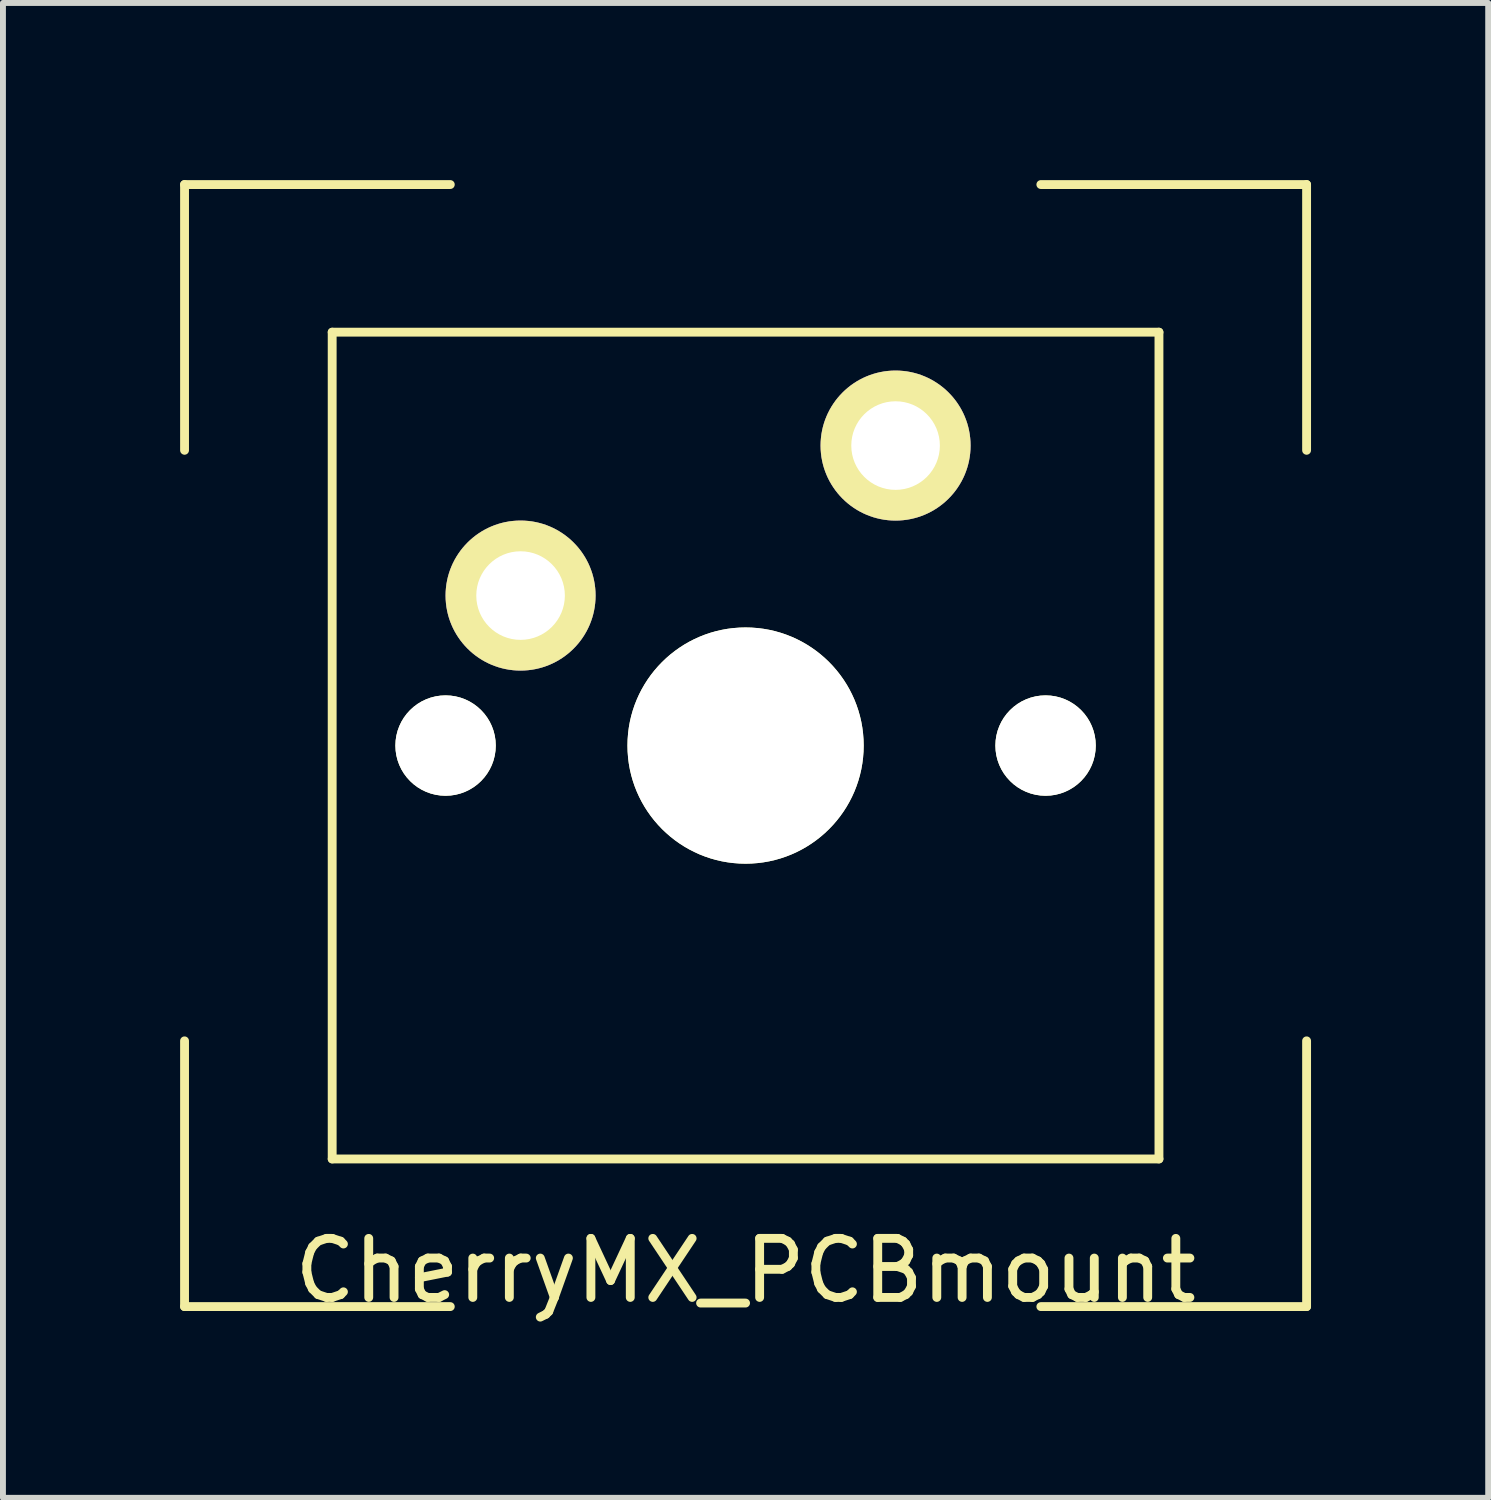
<source format=kicad_pcb>
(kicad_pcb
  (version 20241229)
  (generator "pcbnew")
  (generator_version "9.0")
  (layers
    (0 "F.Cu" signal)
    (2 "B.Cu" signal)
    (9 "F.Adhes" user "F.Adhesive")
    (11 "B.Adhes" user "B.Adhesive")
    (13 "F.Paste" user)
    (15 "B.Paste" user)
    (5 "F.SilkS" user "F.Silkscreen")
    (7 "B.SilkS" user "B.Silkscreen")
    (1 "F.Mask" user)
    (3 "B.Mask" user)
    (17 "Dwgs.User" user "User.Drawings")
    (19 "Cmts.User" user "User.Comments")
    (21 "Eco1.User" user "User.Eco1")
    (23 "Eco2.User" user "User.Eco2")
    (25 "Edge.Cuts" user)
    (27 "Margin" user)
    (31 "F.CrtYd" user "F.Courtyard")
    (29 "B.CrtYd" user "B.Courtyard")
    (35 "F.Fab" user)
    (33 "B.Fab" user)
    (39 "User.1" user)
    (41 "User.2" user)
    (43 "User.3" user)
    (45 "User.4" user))
  (footprint "CherryMX_PCBmount"
    (layer "F.Cu")
    (at 9.575 9.575)
    (property "Reference" "CherryMX_PCBmount" (at 0 8.89 0) (layer "F.SilkS") (effects (font (size 1 1) (thickness 0.15))))
    (attr through_hole)
    (fp_line (start -9.5 -9.5) (end -9.5 -5) (stroke (width 0.15) (type solid)) (layer "F.SilkS"))
    (fp_line (start -9.5 -9.5) (end -5 -9.5) (stroke (width 0.15) (type solid)) (layer "F.SilkS"))
    (fp_line (start -9.5 5) (end -9.5 9.5) (stroke (width 0.15) (type solid)) (layer "F.SilkS"))
    (fp_line (start -9.5 9.5) (end -5 9.5) (stroke (width 0.15) (type solid)) (layer "F.SilkS"))
    (fp_line (start -7 -7) (end 7 -7) (stroke (width 0.15) (type solid)) (layer "F.SilkS"))
    (fp_line (start -7 7) (end -7 -7) (stroke (width 0.15) (type solid)) (layer "F.SilkS"))
    (fp_line (start 5 9.5) (end 9.5 9.5) (stroke (width 0.15) (type solid)) (layer "F.SilkS"))
    (fp_line (start 7 -7) (end 7 7) (stroke (width 0.15) (type solid)) (layer "F.SilkS"))
    (fp_line (start 7 7) (end -7 7) (stroke (width 0.15) (type solid)) (layer "F.SilkS"))
    (fp_line (start 9.5 -9.5) (end 5 -9.5) (stroke (width 0.15) (type solid)) (layer "F.SilkS"))
    (fp_line (start 9.5 -5) (end 9.5 -9.5) (stroke (width 0.15) (type solid)) (layer "F.SilkS"))
    (fp_line (start 9.5 5) (end 9.5 9.5) (stroke (width 0.15) (type solid)) (layer "F.SilkS"))
    (pad "" np_thru_hole circle (at -5.08 0) (size 1.7 1.7) (drill 1.7) (layers "*.Cu" "*.Mask" "F.SilkS"))
    (pad "" np_thru_hole circle (at 0 0) (size 4 4) (drill 4) (layers "*.Cu" "*.Mask" "F.SilkS"))
    (pad "" np_thru_hole circle (at 5.08 0) (size 1.7 1.7) (drill 1.7) (layers "*.Cu" "*.Mask" "F.SilkS"))
    (pad "1" thru_hole circle (at -3.81 -2.54) (size 2.54 2.54) (drill 1.5) (layers "*.Cu" "*.Mask" "F.SilkS"))
    (pad "2" thru_hole circle (at 2.54 -5.08) (size 2.54 2.54) (drill 1.5) (layers "*.Cu" "*.Mask" "F.SilkS")))
  (gr_rect
    (start -3 -3)
    (end 22.15 22.313)
    (stroke (width 0.1) (type default))
    (fill no)
    (layer "Edge.Cuts")))
</source>
